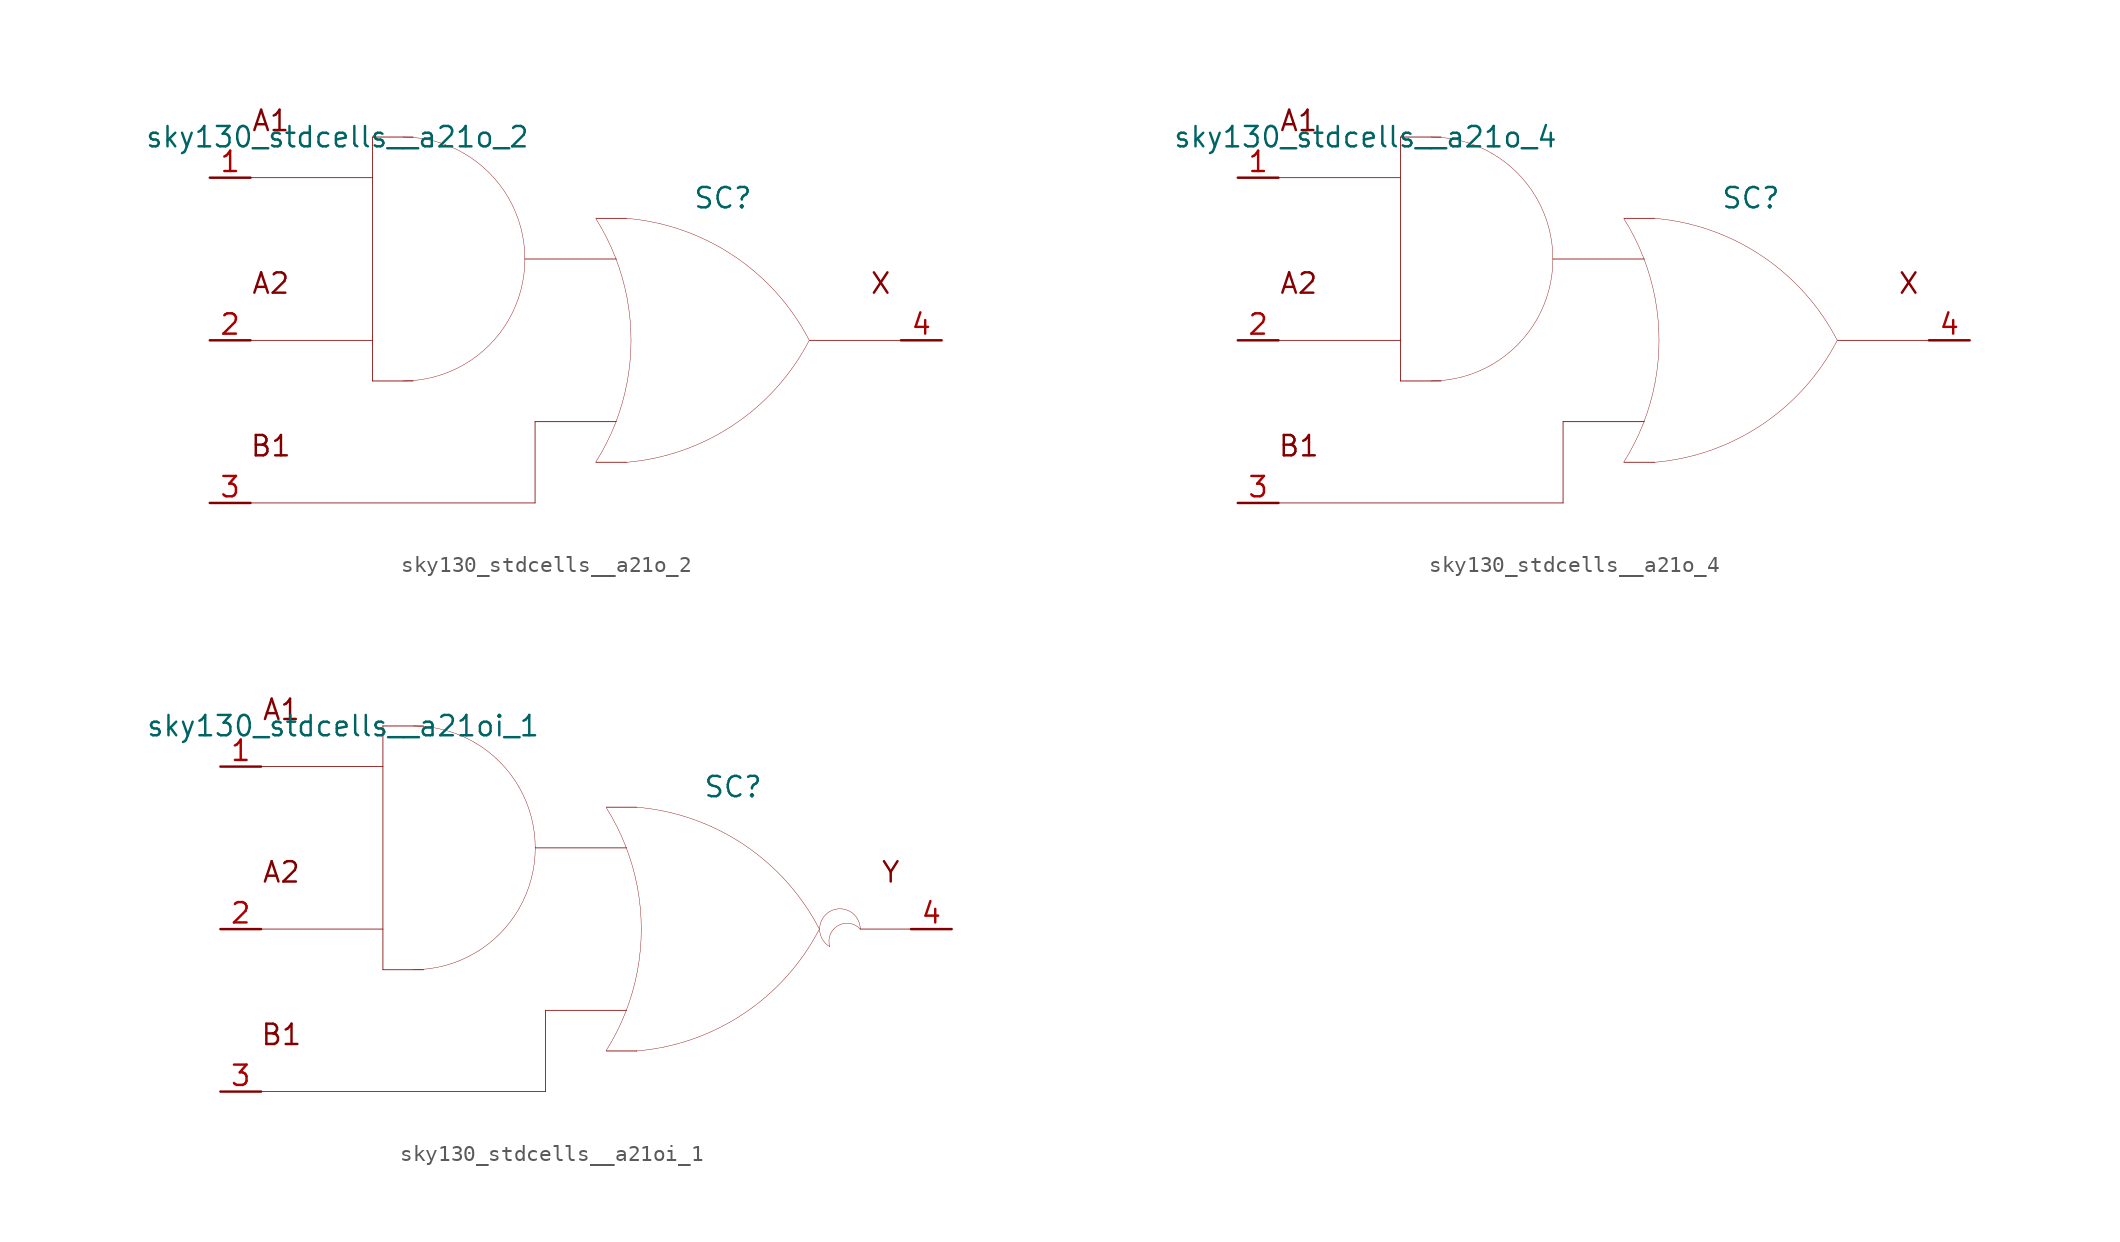
<source format=kicad_sym>
(kicad_symbol_lib
  (version 20211014)
  (generator kicad_symbol_editor)
  (symbol "sky130_stdcells__a21o_2"
    (pin_names hide)
    (property "Reference" "SC"
      (at 9.195 8.89 0)
      (effects (font (size 1.27 1.27))))
    (property "Value" "sky130_stdcells__a21o_2"
      (at -2.845 12.7 0)
      (effects (font (size 1.27 1.27)) (justify right)))
    (symbol "sky130_stdcells__a21o_2_0_0"
      (arc (start -10.795 -2.54) (mid -8.8228 -2.2804) (end -6.985 -1.5191) (stroke (width 0.0254) (type default) (color 0 0 0 0)) (fill (type none)))
      (arc (start -6.985 -1.5191) (mid -5.4069 -0.3081) (end -4.1959 1.27) (stroke (width 0.0254) (type default) (color 0 0 0 0)) (fill (type none)))
      (arc (start -6.985 11.6791) (mid -8.8228 12.4403) (end -10.795 12.7) (stroke (width 0.0254) (type default) (color 0 0 0 0)) (fill (type none)))
      (arc (start -4.1959 1.27) (mid -3.4347 3.1078) (end -3.175 5.08) (stroke (width 0.0254) (type default) (color 0 0 0 0)) (fill (type none)))
      (arc (start -4.1959 8.89) (mid -5.4069 10.4681) (end -6.985 11.6791) (stroke (width 0.0254) (type default) (color 0 0 0 0)) (fill (type none)))
      (arc (start -3.175 5.08) (mid -3.4346 7.0522) (end -4.1959 8.89) (stroke (width 0.0254) (type default) (color 0 0 0 0)) (fill (type none)))
      (polyline (pts (xy -20.32 -10.16) (xy -2.54 -10.16)) (stroke (width 0.051) (type default) (color 0 0 0 0)) (fill (type none)))
      (polyline (pts (xy -20.32 0) (xy -12.7 0)) (stroke (width 0.051) (type default) (color 0 0 0 0)) (fill (type none)))
      (polyline (pts (xy -20.32 10.16) (xy -12.7 10.16)) (stroke (width 0.051) (type default) (color 0 0 0 0)) (fill (type none)))
      (polyline (pts (xy -12.7 -2.54) (xy -10.16 -2.54)) (stroke (width 0.051) (type default) (color 0 0 0 0)) (fill (type none)))
      (polyline (pts (xy -12.7 12.7) (xy -12.7 -2.54)) (stroke (width 0.051) (type default) (color 0 0 0 0)) (fill (type none)))
      (polyline (pts (xy -12.7 12.7) (xy -10.16 12.7)) (stroke (width 0.051) (type default) (color 0 0 0 0)) (fill (type none)))
      (polyline (pts (xy -3.175 5.08) (xy 2.54 5.08)) (stroke (width 0.051) (type default) (color 0 0 0 0)) (fill (type none)))
      (polyline (pts (xy -2.54 -5.08) (xy -2.54 -10.16)) (stroke (width 0.051) (type default) (color 0 0 0 0)) (fill (type none)))
      (polyline (pts (xy -2.54 -5.08) (xy 2.54 -5.08)) (stroke (width 0.051) (type default) (color 0 0 0 0)) (fill (type none)))
      (polyline (pts (xy 1.27 -7.62) (xy 3.175 -7.62)) (stroke (width 0.051) (type default) (color 0 0 0 0)) (fill (type none)))
      (polyline (pts (xy 1.27 7.62) (xy 3.175 7.62)) (stroke (width 0.051) (type default) (color 0 0 0 0)) (fill (type none)))
      (polyline (pts (xy 14.605 0) (xy 20.32 0)) (stroke (width 0.051) (type default) (color 0 0 0 0)) (fill (type none)))
      (arc (start 1.2495 -7.6142) (mid 1.907 -6.458) (end 2.4538 -5.2456) (stroke (width 0.0254) (type default) (color 0 0 0 0)) (fill (type none)))
      (arc (start 2.4538 -5.2456) (mid 2.8887 -3.9755) (end 3.202 -2.6701) (stroke (width 0.0254) (type default) (color 0 0 0 0)) (fill (type none)))
      (arc (start 2.472 5.1993) (mid 1.9238 6.4248) (end 1.2627 7.5932) (stroke (width 0.0254) (type default) (color 0 0 0 0)) (fill (type none)))
      (arc (start 3.1446 -7.6231) (mid 9.8386 -5.2986) (end 14.5755 -0.0284) (stroke (width 0.0254) (type default) (color 0 0 0 0)) (fill (type none)))
      (arc (start 3.202 -2.6701) (mid 3.3912 -1.341) (end 3.4544 0) (stroke (width 0.0254) (type default) (color 0 0 0 0)) (fill (type none)))
      (arc (start 3.2066 2.6456) (mid 2.8989 3.9396) (end 2.472 5.1993) (stroke (width 0.0254) (type default) (color 0 0 0 0)) (fill (type none)))
      (arc (start 3.4544 0) (mid 3.3923 1.3286) (end 3.2066 2.6456) (stroke (width 0.0254) (type default) (color 0 0 0 0)) (fill (type none)))
      (arc (start 14.5983 -0.0156) (mid 9.8798 5.271) (end 3.194 7.6189) (stroke (width 0.0254) (type default) (color 0 0 0 0)) (fill (type none)))
      (text "A1" (at -19.05 13.716 0) (effects (font (size 1.27 1.27))))
      (text "A2" (at -19.05 3.556 0) (effects (font (size 1.27 1.27))))
      (text "B1" (at -19.05 -6.604 0) (effects (font (size 1.27 1.27))))
      (text "X" (at 19.05 3.556 0) (effects (font (size 1.27 1.27)))))
    (symbol "sky130_stdcells__a21o_2_1_1"
      (pin input line (at -22.86 10.16 0) (length 2.54) (name "A1" (effects (font (size 1.092 1.092)))) (number "1" (effects (font (size 1.27 1.27)))))
      (pin input line (at -22.86 0 0) (length 2.54) (name "A2" (effects (font (size 1.092 1.092)))) (number "2" (effects (font (size 1.27 1.27)))))
      (pin input line (at -22.86 -10.16 0) (length 2.54) (name "B1" (effects (font (size 1.092 1.092)))) (number "3" (effects (font (size 1.27 1.27)))))
      (pin output line (at 22.86 0 180) (length 2.54) (name "X" (effects (font (size 1.092 1.092)))) (number "4" (effects (font (size 1.27 1.27)))))))
  (symbol "sky130_stdcells__a21o_4"
    (pin_names hide)
    (property "Reference" "SC"
      (at 9.195 8.89 0)
      (effects (font (size 1.27 1.27))))
    (property "Value" "sky130_stdcells__a21o_4"
      (at -2.845 12.7 0)
      (effects (font (size 1.27 1.27)) (justify right)))
    (symbol "sky130_stdcells__a21o_4_0_0"
      (arc (start -10.795 -2.54) (mid -8.8228 -2.2804) (end -6.985 -1.5191) (stroke (width 0.0254) (type default) (color 0 0 0 0)) (fill (type none)))
      (arc (start -6.985 -1.5191) (mid -5.4069 -0.3081) (end -4.1959 1.27) (stroke (width 0.0254) (type default) (color 0 0 0 0)) (fill (type none)))
      (arc (start -6.985 11.6791) (mid -8.8228 12.4403) (end -10.795 12.7) (stroke (width 0.0254) (type default) (color 0 0 0 0)) (fill (type none)))
      (arc (start -4.1959 1.27) (mid -3.4347 3.1078) (end -3.175 5.08) (stroke (width 0.0254) (type default) (color 0 0 0 0)) (fill (type none)))
      (arc (start -4.1959 8.89) (mid -5.4069 10.4681) (end -6.985 11.6791) (stroke (width 0.0254) (type default) (color 0 0 0 0)) (fill (type none)))
      (arc (start -3.175 5.08) (mid -3.4346 7.0522) (end -4.1959 8.89) (stroke (width 0.0254) (type default) (color 0 0 0 0)) (fill (type none)))
      (polyline (pts (xy -20.32 -10.16) (xy -2.54 -10.16)) (stroke (width 0.051) (type default) (color 0 0 0 0)) (fill (type none)))
      (polyline (pts (xy -20.32 0) (xy -12.7 0)) (stroke (width 0.051) (type default) (color 0 0 0 0)) (fill (type none)))
      (polyline (pts (xy -20.32 10.16) (xy -12.7 10.16)) (stroke (width 0.051) (type default) (color 0 0 0 0)) (fill (type none)))
      (polyline (pts (xy -12.7 -2.54) (xy -10.16 -2.54)) (stroke (width 0.051) (type default) (color 0 0 0 0)) (fill (type none)))
      (polyline (pts (xy -12.7 12.7) (xy -12.7 -2.54)) (stroke (width 0.051) (type default) (color 0 0 0 0)) (fill (type none)))
      (polyline (pts (xy -12.7 12.7) (xy -10.16 12.7)) (stroke (width 0.051) (type default) (color 0 0 0 0)) (fill (type none)))
      (polyline (pts (xy -3.175 5.08) (xy 2.54 5.08)) (stroke (width 0.051) (type default) (color 0 0 0 0)) (fill (type none)))
      (polyline (pts (xy -2.54 -5.08) (xy -2.54 -10.16)) (stroke (width 0.051) (type default) (color 0 0 0 0)) (fill (type none)))
      (polyline (pts (xy -2.54 -5.08) (xy 2.54 -5.08)) (stroke (width 0.051) (type default) (color 0 0 0 0)) (fill (type none)))
      (polyline (pts (xy 1.27 -7.62) (xy 3.175 -7.62)) (stroke (width 0.051) (type default) (color 0 0 0 0)) (fill (type none)))
      (polyline (pts (xy 1.27 7.62) (xy 3.175 7.62)) (stroke (width 0.051) (type default) (color 0 0 0 0)) (fill (type none)))
      (polyline (pts (xy 14.605 0) (xy 20.32 0)) (stroke (width 0.051) (type default) (color 0 0 0 0)) (fill (type none)))
      (arc (start 1.2495 -7.6142) (mid 1.907 -6.458) (end 2.4538 -5.2456) (stroke (width 0.0254) (type default) (color 0 0 0 0)) (fill (type none)))
      (arc (start 2.4538 -5.2456) (mid 2.8887 -3.9755) (end 3.202 -2.6701) (stroke (width 0.0254) (type default) (color 0 0 0 0)) (fill (type none)))
      (arc (start 2.472 5.1993) (mid 1.9238 6.4248) (end 1.2627 7.5932) (stroke (width 0.0254) (type default) (color 0 0 0 0)) (fill (type none)))
      (arc (start 3.1446 -7.6231) (mid 9.8386 -5.2986) (end 14.5755 -0.0284) (stroke (width 0.0254) (type default) (color 0 0 0 0)) (fill (type none)))
      (arc (start 3.202 -2.6701) (mid 3.3912 -1.341) (end 3.4544 0) (stroke (width 0.0254) (type default) (color 0 0 0 0)) (fill (type none)))
      (arc (start 3.2066 2.6456) (mid 2.8989 3.9396) (end 2.472 5.1993) (stroke (width 0.0254) (type default) (color 0 0 0 0)) (fill (type none)))
      (arc (start 3.4544 0) (mid 3.3923 1.3286) (end 3.2066 2.6456) (stroke (width 0.0254) (type default) (color 0 0 0 0)) (fill (type none)))
      (arc (start 14.5983 -0.0156) (mid 9.8798 5.271) (end 3.194 7.6189) (stroke (width 0.0254) (type default) (color 0 0 0 0)) (fill (type none)))
      (text "A1" (at -19.05 13.716 0) (effects (font (size 1.27 1.27))))
      (text "A2" (at -19.05 3.556 0) (effects (font (size 1.27 1.27))))
      (text "B1" (at -19.05 -6.604 0) (effects (font (size 1.27 1.27))))
      (text "X" (at 19.05 3.556 0) (effects (font (size 1.27 1.27)))))
    (symbol "sky130_stdcells__a21o_4_1_1"
      (pin input line (at -22.86 10.16 0) (length 2.54) (name "A1" (effects (font (size 1.092 1.092)))) (number "1" (effects (font (size 1.27 1.27)))))
      (pin input line (at -22.86 0 0) (length 2.54) (name "A2" (effects (font (size 1.092 1.092)))) (number "2" (effects (font (size 1.27 1.27)))))
      (pin input line (at -22.86 -10.16 0) (length 2.54) (name "B1" (effects (font (size 1.092 1.092)))) (number "3" (effects (font (size 1.27 1.27)))))
      (pin output line (at 22.86 0 180) (length 2.54) (name "X" (effects (font (size 1.092 1.092)))) (number "4" (effects (font (size 1.27 1.27)))))))
  (symbol "sky130_stdcells__a21oi_1"
    (pin_names hide)
    (property "Reference" "SC"
      (at 9.195 8.89 0)
      (effects (font (size 1.27 1.27))))
    (property "Value" "sky130_stdcells__a21oi_1"
      (at -2.845 12.7 0)
      (effects (font (size 1.27 1.27)) (justify right)))
    (symbol "sky130_stdcells__a21oi_1_0_0"
      (arc (start -10.795 -2.54) (mid -8.8228 -2.2804) (end -6.985 -1.5191) (stroke (width 0.0254) (type default) (color 0 0 0 0)) (fill (type none)))
      (arc (start -6.985 -1.5191) (mid -5.4069 -0.3081) (end -4.1959 1.27) (stroke (width 0.0254) (type default) (color 0 0 0 0)) (fill (type none)))
      (arc (start -6.985 11.6791) (mid -8.8228 12.4403) (end -10.795 12.7) (stroke (width 0.0254) (type default) (color 0 0 0 0)) (fill (type none)))
      (arc (start -4.1959 1.27) (mid -3.4347 3.1078) (end -3.175 5.08) (stroke (width 0.0254) (type default) (color 0 0 0 0)) (fill (type none)))
      (arc (start -4.1959 8.89) (mid -5.4069 10.4681) (end -6.985 11.6791) (stroke (width 0.0254) (type default) (color 0 0 0 0)) (fill (type none)))
      (arc (start -3.175 5.08) (mid -3.4346 7.0522) (end -4.1959 8.89) (stroke (width 0.0254) (type default) (color 0 0 0 0)) (fill (type none)))
      (polyline (pts (xy -20.32 -10.16) (xy -2.54 -10.16)) (stroke (width 0.051) (type default) (color 0 0 0 0)) (fill (type none)))
      (polyline (pts (xy -20.32 0) (xy -12.7 0)) (stroke (width 0.051) (type default) (color 0 0 0 0)) (fill (type none)))
      (polyline (pts (xy -20.32 10.16) (xy -12.7 10.16)) (stroke (width 0.051) (type default) (color 0 0 0 0)) (fill (type none)))
      (polyline (pts (xy -12.7 -2.54) (xy -10.16 -2.54)) (stroke (width 0.051) (type default) (color 0 0 0 0)) (fill (type none)))
      (polyline (pts (xy -12.7 12.7) (xy -12.7 -2.54)) (stroke (width 0.051) (type default) (color 0 0 0 0)) (fill (type none)))
      (polyline (pts (xy -12.7 12.7) (xy -10.16 12.7)) (stroke (width 0.051) (type default) (color 0 0 0 0)) (fill (type none)))
      (polyline (pts (xy -3.175 5.08) (xy 2.54 5.08)) (stroke (width 0.051) (type default) (color 0 0 0 0)) (fill (type none)))
      (polyline (pts (xy -2.54 -5.08) (xy -2.54 -10.16)) (stroke (width 0.051) (type default) (color 0 0 0 0)) (fill (type none)))
      (polyline (pts (xy -2.54 -5.08) (xy 2.54 -5.08)) (stroke (width 0.051) (type default) (color 0 0 0 0)) (fill (type none)))
      (polyline (pts (xy 1.27 -7.62) (xy 3.175 -7.62)) (stroke (width 0.051) (type default) (color 0 0 0 0)) (fill (type none)))
      (polyline (pts (xy 1.27 7.62) (xy 3.175 7.62)) (stroke (width 0.051) (type default) (color 0 0 0 0)) (fill (type none)))
      (polyline (pts (xy 17.145 0) (xy 20.32 0)) (stroke (width 0.051) (type default) (color 0 0 0 0)) (fill (type none)))
      (arc (start 1.2495 -7.6142) (mid 1.907 -6.458) (end 2.4538 -5.2456) (stroke (width 0.0254) (type default) (color 0 0 0 0)) (fill (type none)))
      (arc (start 2.4538 -5.2456) (mid 2.8887 -3.9755) (end 3.202 -2.6701) (stroke (width 0.0254) (type default) (color 0 0 0 0)) (fill (type none)))
      (arc (start 2.472 5.1993) (mid 1.9238 6.4248) (end 1.2627 7.5932) (stroke (width 0.0254) (type default) (color 0 0 0 0)) (fill (type none)))
      (arc (start 3.1446 -7.6231) (mid 9.8386 -5.2986) (end 14.5755 -0.0284) (stroke (width 0.0254) (type default) (color 0 0 0 0)) (fill (type none)))
      (arc (start 3.202 -2.6701) (mid 3.3912 -1.341) (end 3.4544 0) (stroke (width 0.0254) (type default) (color 0 0 0 0)) (fill (type none)))
      (arc (start 3.2066 2.6456) (mid 2.8989 3.9396) (end 2.472 5.1993) (stroke (width 0.0254) (type default) (color 0 0 0 0)) (fill (type none)))
      (arc (start 3.4544 0) (mid 3.3923 1.3286) (end 3.2066 2.6456) (stroke (width 0.0254) (type default) (color 0 0 0 0)) (fill (type none)))
      (arc (start 14.5983 -0.0156) (mid 9.8798 5.271) (end 3.194 7.6189) (stroke (width 0.0254) (type default) (color 0 0 0 0)) (fill (type none)))
      (arc (start 15.24 1.0999) (mid 14.605 0) (end 15.24 -1.0999) (stroke (width 0.0254) (type default) (color 0 0 0 0)) (fill (type none)))
      (arc (start 17.145 0) (mid 15.2881 0.4743) (end 15.24 -1.0999) (stroke (width 0.0254) (type default) (color 0 0 0 0)) (fill (type none)))
      (arc (start 17.145 0) (mid 16.51 1.0998) (end 15.24 1.0999) (stroke (width 0.0254) (type default) (color 0 0 0 0)) (fill (type none)))
      (text "A1" (at -19.05 13.716 0) (effects (font (size 1.27 1.27))))
      (text "A2" (at -19.05 3.556 0) (effects (font (size 1.27 1.27))))
      (text "B1" (at -19.05 -6.604 0) (effects (font (size 1.27 1.27))))
      (text "Y" (at 19.05 3.556 0) (effects (font (size 1.27 1.27)))))
    (symbol "sky130_stdcells__a21oi_1_1_1"
      (pin input line (at -22.86 10.16 0) (length 2.54) (name "A1" (effects (font (size 1.092 1.092)))) (number "1" (effects (font (size 1.27 1.27)))))
      (pin input line (at -22.86 0 0) (length 2.54) (name "A2" (effects (font (size 1.092 1.092)))) (number "2" (effects (font (size 1.27 1.27)))))
      (pin input line (at -22.86 -10.16 0) (length 2.54) (name "B1" (effects (font (size 1.092 1.092)))) (number "3" (effects (font (size 1.27 1.27)))))
      (pin output line (at 22.86 0 180) (length 2.54) (name "Y" (effects (font (size 1.092 1.092)))) (number "4" (effects (font (size 1.27 1.27))))))))
</source>
